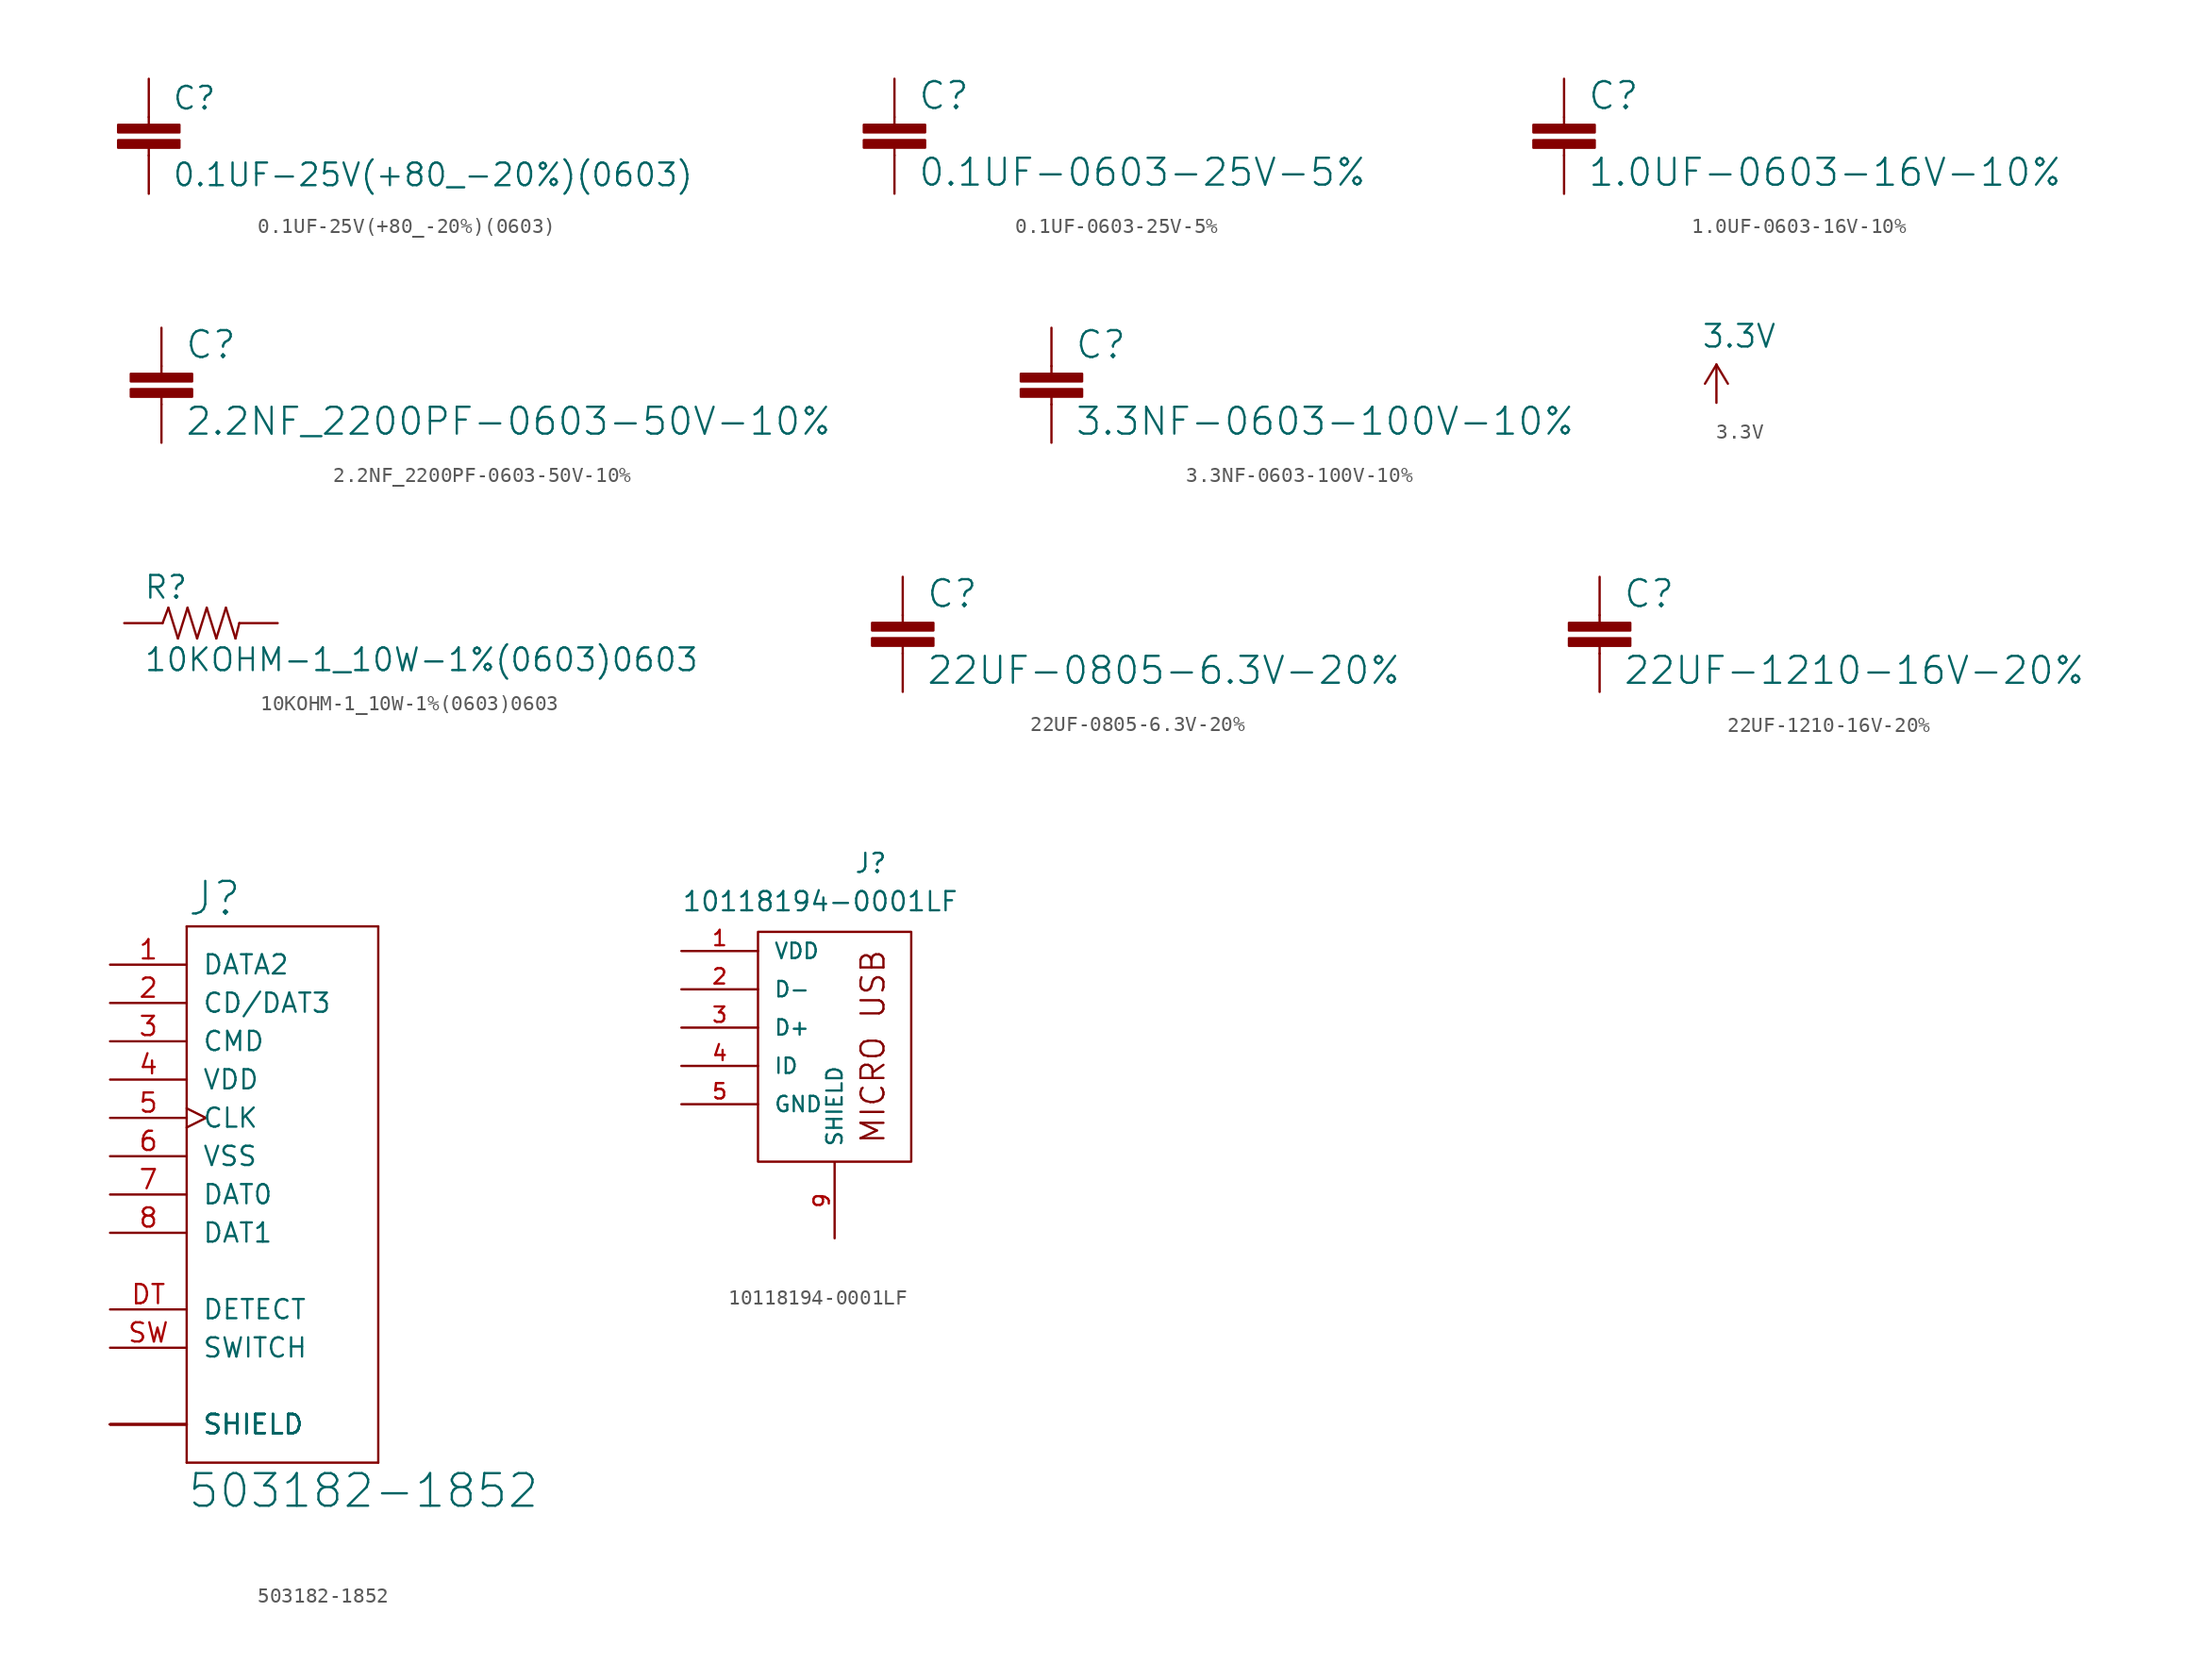
<source format=kicad_sym>
(kicad_symbol_lib
  (version 20211014)
  (generator kicad_symbol_editor)
  (symbol "0.1UF-25V(+80_-20%)(0603)"
    (pin_names
      (offset 1.016))
    (property "Reference" "C"
      (at 1.524 2.921 0)
      (effects (font (size 1.499 1.499)) (justify left bottom)))
    (property "Value" "0.1UF-25V(+80_-20%)(0603)"
      (at 1.524 -2.159 0)
      (effects (font (size 1.499 1.499)) (justify left bottom)))
    (property "ki_locked" ""
      (at 0 0 0)
      (effects (font (size 1.27 1.27))))
    (symbol "0.1UF-25V(+80_-20%)(0603)_1_0"
      (rectangle (start -2.032 0.508) (end 2.032 1.016) (stroke (width 0) (type default) (color 0 0 0 0)) (fill (type outline)))
      (rectangle (start -2.032 1.524) (end 2.032 2.032) (stroke (width 0) (type default) (color 0 0 0 0)) (fill (type outline)))
      (polyline (pts (xy 0 0) (xy 0 0.508)) (stroke (width 0) (type default) (color 0 0 0 0)) (fill (type none)))
      (polyline (pts (xy 0 2.54) (xy 0 2.032)) (stroke (width 0) (type default) (color 0 0 0 0)) (fill (type none)))
      (pin passive line (at 0 5.08 270) (length 2.54) (name "1" (effects (font (size 0 0)))) (number "1" (effects (font (size 0 0)))))
      (pin passive line (at 0 -2.54 90) (length 2.54) (name "2" (effects (font (size 0 0)))) (number "2" (effects (font (size 0 0)))))))
  (symbol "0.1UF-0603-25V-5%"
    (pin_names
      (offset 1.016))
    (property "Reference" "C"
      (at 1.524 2.921 0)
      (effects (font (size 1.778 1.778)) (justify left bottom)))
    (property "Value" "0.1UF-0603-25V-5%"
      (at 1.524 -2.159 0)
      (effects (font (size 1.778 1.778)) (justify left bottom)))
    (property "ki_locked" ""
      (at 0 0 0)
      (effects (font (size 1.27 1.27))))
    (symbol "0.1UF-0603-25V-5%_1_0"
      (rectangle (start -2.032 0.508) (end 2.032 1.016) (stroke (width 0) (type default) (color 0 0 0 0)) (fill (type outline)))
      (rectangle (start -2.032 1.524) (end 2.032 2.032) (stroke (width 0) (type default) (color 0 0 0 0)) (fill (type outline)))
      (polyline (pts (xy 0 0) (xy 0 0.508)) (stroke (width 0) (type default) (color 0 0 0 0)) (fill (type none)))
      (polyline (pts (xy 0 2.54) (xy 0 2.032)) (stroke (width 0) (type default) (color 0 0 0 0)) (fill (type none)))
      (pin passive line (at 0 5.08 270) (length 2.54) (name "1" (effects (font (size 0 0)))) (number "1" (effects (font (size 0 0)))))
      (pin passive line (at 0 -2.54 90) (length 2.54) (name "2" (effects (font (size 0 0)))) (number "2" (effects (font (size 0 0)))))))
  (symbol "1.0UF-0603-16V-10%"
    (pin_names
      (offset 1.016))
    (property "Reference" "C"
      (at 1.524 2.921 0)
      (effects (font (size 1.778 1.778)) (justify left bottom)))
    (property "Value" "1.0UF-0603-16V-10%"
      (at 1.524 -2.159 0)
      (effects (font (size 1.778 1.778)) (justify left bottom)))
    (property "ki_locked" ""
      (at 0 0 0)
      (effects (font (size 1.27 1.27))))
    (symbol "1.0UF-0603-16V-10%_1_0"
      (rectangle (start -2.032 0.508) (end 2.032 1.016) (stroke (width 0) (type default) (color 0 0 0 0)) (fill (type outline)))
      (rectangle (start -2.032 1.524) (end 2.032 2.032) (stroke (width 0) (type default) (color 0 0 0 0)) (fill (type outline)))
      (polyline (pts (xy 0 0) (xy 0 0.508)) (stroke (width 0) (type default) (color 0 0 0 0)) (fill (type none)))
      (polyline (pts (xy 0 2.54) (xy 0 2.032)) (stroke (width 0) (type default) (color 0 0 0 0)) (fill (type none)))
      (pin passive line (at 0 5.08 270) (length 2.54) (name "1" (effects (font (size 0 0)))) (number "1" (effects (font (size 0 0)))))
      (pin passive line (at 0 -2.54 90) (length 2.54) (name "2" (effects (font (size 0 0)))) (number "2" (effects (font (size 0 0)))))))
  (symbol "2.2NF_2200PF-0603-50V-10%"
    (pin_names
      (offset 1.016))
    (property "Reference" "C"
      (at 1.524 2.921 0)
      (effects (font (size 1.778 1.778)) (justify left bottom)))
    (property "Value" "2.2NF_2200PF-0603-50V-10%"
      (at 1.524 -2.159 0)
      (effects (font (size 1.778 1.778)) (justify left bottom)))
    (property "ki_locked" ""
      (at 0 0 0)
      (effects (font (size 1.27 1.27))))
    (symbol "2.2NF_2200PF-0603-50V-10%_1_0"
      (rectangle (start -2.032 0.508) (end 2.032 1.016) (stroke (width 0) (type default) (color 0 0 0 0)) (fill (type outline)))
      (rectangle (start -2.032 1.524) (end 2.032 2.032) (stroke (width 0) (type default) (color 0 0 0 0)) (fill (type outline)))
      (polyline (pts (xy 0 0) (xy 0 0.508)) (stroke (width 0) (type default) (color 0 0 0 0)) (fill (type none)))
      (polyline (pts (xy 0 2.54) (xy 0 2.032)) (stroke (width 0) (type default) (color 0 0 0 0)) (fill (type none)))
      (pin passive line (at 0 5.08 270) (length 2.54) (name "1" (effects (font (size 0 0)))) (number "1" (effects (font (size 0 0)))))
      (pin passive line (at 0 -2.54 90) (length 2.54) (name "2" (effects (font (size 0 0)))) (number "2" (effects (font (size 0 0)))))))
  (symbol "3.3NF-0603-100V-10%"
    (pin_names
      (offset 1.016))
    (property "Reference" "C"
      (at 1.524 2.921 0)
      (effects (font (size 1.778 1.778)) (justify left bottom)))
    (property "Value" "3.3NF-0603-100V-10%"
      (at 1.524 -2.159 0)
      (effects (font (size 1.778 1.778)) (justify left bottom)))
    (property "ki_locked" ""
      (at 0 0 0)
      (effects (font (size 1.27 1.27))))
    (symbol "3.3NF-0603-100V-10%_1_0"
      (rectangle (start -2.032 0.508) (end 2.032 1.016) (stroke (width 0) (type default) (color 0 0 0 0)) (fill (type outline)))
      (rectangle (start -2.032 1.524) (end 2.032 2.032) (stroke (width 0) (type default) (color 0 0 0 0)) (fill (type outline)))
      (polyline (pts (xy 0 0) (xy 0 0.508)) (stroke (width 0) (type default) (color 0 0 0 0)) (fill (type none)))
      (polyline (pts (xy 0 2.54) (xy 0 2.032)) (stroke (width 0) (type default) (color 0 0 0 0)) (fill (type none)))
      (pin passive line (at 0 5.08 270) (length 2.54) (name "1" (effects (font (size 0 0)))) (number "1" (effects (font (size 0 0)))))
      (pin passive line (at 0 -2.54 90) (length 2.54) (name "2" (effects (font (size 0 0)))) (number "2" (effects (font (size 0 0)))))))
  (symbol "3.3V"
    (power)
    (pin_names
      (offset 1.016))
    (property "Reference" "#P+"
      (at 0 0 0)
      (effects (font (size 1.27 1.27)) hide))
    (property "Value" "3.3V"
      (at -1.016 3.556 0)
      (effects (font (size 1.499 1.499)) (justify left bottom)))
    (property "ki_locked" ""
      (at 0 0 0)
      (effects (font (size 1.27 1.27))))
    (symbol "3.3V_1_0"
      (polyline (pts (xy 0 2.54) (xy -0.762 1.27)) (stroke (width 0) (type default) (color 0 0 0 0)) (fill (type none)))
      (polyline (pts (xy 0.762 1.27) (xy 0 2.54)) (stroke (width 0) (type default) (color 0 0 0 0)) (fill (type none)))
      (pin power_in line (at 0 0 90) (length 2.54) (name "3.3V" (effects (font (size 0 0)))) (number "1" (effects (font (size 0 0)))))))
  (symbol "10KOHM-1_10W-1%(0603)0603"
    (pin_names
      (offset 1.016))
    (property "Reference" "R"
      (at -3.81 1.499 0)
      (effects (font (size 1.499 1.499)) (justify left bottom)))
    (property "Value" "10KOHM-1_10W-1%(0603)0603"
      (at -3.81 -3.302 0)
      (effects (font (size 1.499 1.499)) (justify left bottom)))
    (property "ki_locked" ""
      (at 0 0 0)
      (effects (font (size 1.27 1.27))))
    (symbol "10KOHM-1_10W-1%(0603)0603_1_0"
      (polyline (pts (xy -2.54 0) (xy -2.159 1.016)) (stroke (width 0) (type default) (color 0 0 0 0)) (fill (type none)))
      (polyline (pts (xy -2.159 1.016) (xy -1.524 -1.016)) (stroke (width 0) (type default) (color 0 0 0 0)) (fill (type none)))
      (polyline (pts (xy -1.524 -1.016) (xy -0.889 1.016)) (stroke (width 0) (type default) (color 0 0 0 0)) (fill (type none)))
      (polyline (pts (xy -0.889 1.016) (xy -0.254 -1.016)) (stroke (width 0) (type default) (color 0 0 0 0)) (fill (type none)))
      (polyline (pts (xy -0.254 -1.016) (xy 0.381 1.016)) (stroke (width 0) (type default) (color 0 0 0 0)) (fill (type none)))
      (polyline (pts (xy 0.381 1.016) (xy 1.016 -1.016)) (stroke (width 0) (type default) (color 0 0 0 0)) (fill (type none)))
      (polyline (pts (xy 1.016 -1.016) (xy 1.651 1.016)) (stroke (width 0) (type default) (color 0 0 0 0)) (fill (type none)))
      (polyline (pts (xy 1.651 1.016) (xy 2.286 -1.016)) (stroke (width 0) (type default) (color 0 0 0 0)) (fill (type none)))
      (polyline (pts (xy 2.286 -1.016) (xy 2.54 0)) (stroke (width 0) (type default) (color 0 0 0 0)) (fill (type none)))
      (pin passive line (at -5.08 0 0) (length 2.54) (name "1" (effects (font (size 0 0)))) (number "1" (effects (font (size 0 0)))))
      (pin passive line (at 5.08 0 180) (length 2.54) (name "2" (effects (font (size 0 0)))) (number "2" (effects (font (size 0 0)))))))
  (symbol "22UF-0805-6.3V-20%"
    (pin_names
      (offset 1.016))
    (property "Reference" "C"
      (at 1.524 2.921 0)
      (effects (font (size 1.778 1.778)) (justify left bottom)))
    (property "Value" "22UF-0805-6.3V-20%"
      (at 1.524 -2.159 0)
      (effects (font (size 1.778 1.778)) (justify left bottom)))
    (property "ki_locked" ""
      (at 0 0 0)
      (effects (font (size 1.27 1.27))))
    (symbol "22UF-0805-6.3V-20%_1_0"
      (rectangle (start -2.032 0.508) (end 2.032 1.016) (stroke (width 0) (type default) (color 0 0 0 0)) (fill (type outline)))
      (rectangle (start -2.032 1.524) (end 2.032 2.032) (stroke (width 0) (type default) (color 0 0 0 0)) (fill (type outline)))
      (polyline (pts (xy 0 0) (xy 0 0.508)) (stroke (width 0) (type default) (color 0 0 0 0)) (fill (type none)))
      (polyline (pts (xy 0 2.54) (xy 0 2.032)) (stroke (width 0) (type default) (color 0 0 0 0)) (fill (type none)))
      (pin passive line (at 0 5.08 270) (length 2.54) (name "1" (effects (font (size 0 0)))) (number "1" (effects (font (size 0 0)))))
      (pin passive line (at 0 -2.54 90) (length 2.54) (name "2" (effects (font (size 0 0)))) (number "2" (effects (font (size 0 0)))))))
  (symbol "22UF-1210-16V-20%"
    (pin_names
      (offset 1.016))
    (property "Reference" "C"
      (at 1.524 2.921 0)
      (effects (font (size 1.778 1.778)) (justify left bottom)))
    (property "Value" "22UF-1210-16V-20%"
      (at 1.524 -2.159 0)
      (effects (font (size 1.778 1.778)) (justify left bottom)))
    (property "ki_locked" ""
      (at 0 0 0)
      (effects (font (size 1.27 1.27))))
    (symbol "22UF-1210-16V-20%_1_0"
      (rectangle (start -2.032 0.508) (end 2.032 1.016) (stroke (width 0) (type default) (color 0 0 0 0)) (fill (type outline)))
      (rectangle (start -2.032 1.524) (end 2.032 2.032) (stroke (width 0) (type default) (color 0 0 0 0)) (fill (type outline)))
      (polyline (pts (xy 0 0) (xy 0 0.508)) (stroke (width 0) (type default) (color 0 0 0 0)) (fill (type none)))
      (polyline (pts (xy 0 2.54) (xy 0 2.032)) (stroke (width 0) (type default) (color 0 0 0 0)) (fill (type none)))
      (pin passive line (at 0 5.08 270) (length 2.54) (name "1" (effects (font (size 0 0)))) (number "1" (effects (font (size 0 0)))))
      (pin passive line (at 0 -2.54 90) (length 2.54) (name "2" (effects (font (size 0 0)))) (number "2" (effects (font (size 0 0)))))))
  (symbol "503182-1852"
    (pin_names
      (offset 1.016))
    (property "Reference" "J"
      (at 0 18.364 0)
      (effects (font (size 2.159 2.159)) (justify left bottom)))
    (property "Value" "503182-1852"
      (at 0 -20.904 0)
      (effects (font (size 2.159 2.159)) (justify left bottom)))
    (property "ki_locked" ""
      (at 0 0 0)
      (effects (font (size 1.27 1.27))))
    (symbol "503182-1852_1_0"
      (polyline (pts (xy 0 -17.78) (xy 12.7 -17.78)) (stroke (width 0) (type default) (color 0 0 0 0)) (fill (type none)))
      (polyline (pts (xy 0 17.78) (xy 0 -17.78)) (stroke (width 0) (type default) (color 0 0 0 0)) (fill (type none)))
      (polyline (pts (xy 12.7 -17.78) (xy 12.7 17.78)) (stroke (width 0) (type default) (color 0 0 0 0)) (fill (type none)))
      (polyline (pts (xy 12.7 17.78) (xy 0 17.78)) (stroke (width 0) (type default) (color 0 0 0 0)) (fill (type none)))
      (pin bidirectional line (at -5.08 15.24 0) (length 5.08) (name "DATA2" (effects (font (size 1.27 1.27)))) (number "1" (effects (font (size 1.27 1.27)))))
      (pin bidirectional line (at -5.08 12.7 0) (length 5.08) (name "CD/DAT3" (effects (font (size 1.27 1.27)))) (number "2" (effects (font (size 1.27 1.27)))))
      (pin bidirectional line (at -5.08 10.16 0) (length 5.08) (name "CMD" (effects (font (size 1.27 1.27)))) (number "3" (effects (font (size 1.27 1.27)))))
      (pin power_in line (at -5.08 7.62 0) (length 5.08) (name "VDD" (effects (font (size 1.27 1.27)))) (number "4" (effects (font (size 1.27 1.27)))))
      (pin bidirectional clock (at -5.08 5.08 0) (length 5.08) (name "CLK" (effects (font (size 1.27 1.27)))) (number "5" (effects (font (size 1.27 1.27)))))
      (pin power_in line (at -5.08 2.54 0) (length 5.08) (name "VSS" (effects (font (size 1.27 1.27)))) (number "6" (effects (font (size 1.27 1.27)))))
      (pin bidirectional line (at -5.08 0 0) (length 5.08) (name "DAT0" (effects (font (size 1.27 1.27)))) (number "7" (effects (font (size 1.27 1.27)))))
      (pin bidirectional line (at -5.08 -2.54 0) (length 5.08) (name "DAT1" (effects (font (size 1.27 1.27)))) (number "8" (effects (font (size 1.27 1.27)))))
      (pin bidirectional line (at -5.08 -7.62 0) (length 5.08) (name "DETECT" (effects (font (size 1.27 1.27)))) (number "DT" (effects (font (size 1.27 1.27)))))
      (pin passive line (at -5.08 -15.24 0) (length 5.08) (name "SHIELD" (effects (font (size 1.27 1.27)))) (number "P1" (effects (font (size 0 0)))))
      (pin passive line (at -5.08 -15.24 0) (length 5.08) (name "SHIELD" (effects (font (size 1.27 1.27)))) (number "P2" (effects (font (size 0 0)))))
      (pin passive line (at -5.08 -15.24 0) (length 5.08) (name "SHIELD" (effects (font (size 1.27 1.27)))) (number "P3" (effects (font (size 0 0)))))
      (pin passive line (at -5.08 -15.24 0) (length 5.08) (name "SHIELD" (effects (font (size 1.27 1.27)))) (number "P4" (effects (font (size 0 0)))))
      (pin passive line (at -5.08 -15.24 0) (length 5.08) (name "SHIELD" (effects (font (size 1.27 1.27)))) (number "P5" (effects (font (size 0 0)))))
      (pin bidirectional line (at -5.08 -10.16 0) (length 5.08) (name "SWITCH" (effects (font (size 1.27 1.27)))) (number "SW" (effects (font (size 1.27 1.27)))))))
  (symbol "10118194-0001LF"
    (pin_names
      (offset 1.016))
    (property "Reference" "J"
      (at -1.27 10.16 0)
      (effects (font (size 1.27 1.27)) (justify left bottom)))
    (property "Value" "10118194-0001LF"
      (at -12.7 7.62 0)
      (effects (font (size 1.27 1.27)) (justify left bottom)))
    (symbol "10118194-0001LF_0_0"
      (text "MICRO USB" (at 0 -1.27 900) (effects (font (size 1.524 1.524))))
      (pin power_in line (at -12.7 5.08 0) (length 5.08) (name "VDD" (effects (font (size 1.016 1.016)))) (number "1" (effects (font (size 1.016 1.016)))))
      (pin bidirectional line (at -12.7 2.54 0) (length 5.08) (name "D-" (effects (font (size 1.016 1.016)))) (number "2" (effects (font (size 1.016 1.016)))))
      (pin bidirectional line (at -12.7 0 0) (length 5.08) (name "D+" (effects (font (size 1.016 1.016)))) (number "3" (effects (font (size 1.016 1.016)))))
      (pin passive line (at -12.7 -2.54 0) (length 5.08) (name "ID" (effects (font (size 1.016 1.016)))) (number "4" (effects (font (size 1.016 1.016)))))
      (pin power_in line (at -12.7 -5.08 0) (length 5.08) (name "GND" (effects (font (size 1.016 1.016)))) (number "5" (effects (font (size 1.016 1.016))))))
    (symbol "10118194-0001LF_0_1"
      (rectangle (start -7.62 6.35) (end 2.54 -8.89) (stroke (width 0) (type default) (color 0 0 0 0)) (fill (type none))))
    (symbol "10118194-0001LF_1_0"
      (pin power_in line (at -2.54 -13.97 90) (length 5.004) hide (name "~" (effects (font (size 1.016 1.016)))) (number "8" (effects (font (size 1.016 1.016)))))
      (pin power_in line (at -2.54 -13.97 90) (length 5.004) (name "SHIELD" (effects (font (size 1.016 1.016)))) (number "9" (effects (font (size 1.016 1.016))))))))
</source>
